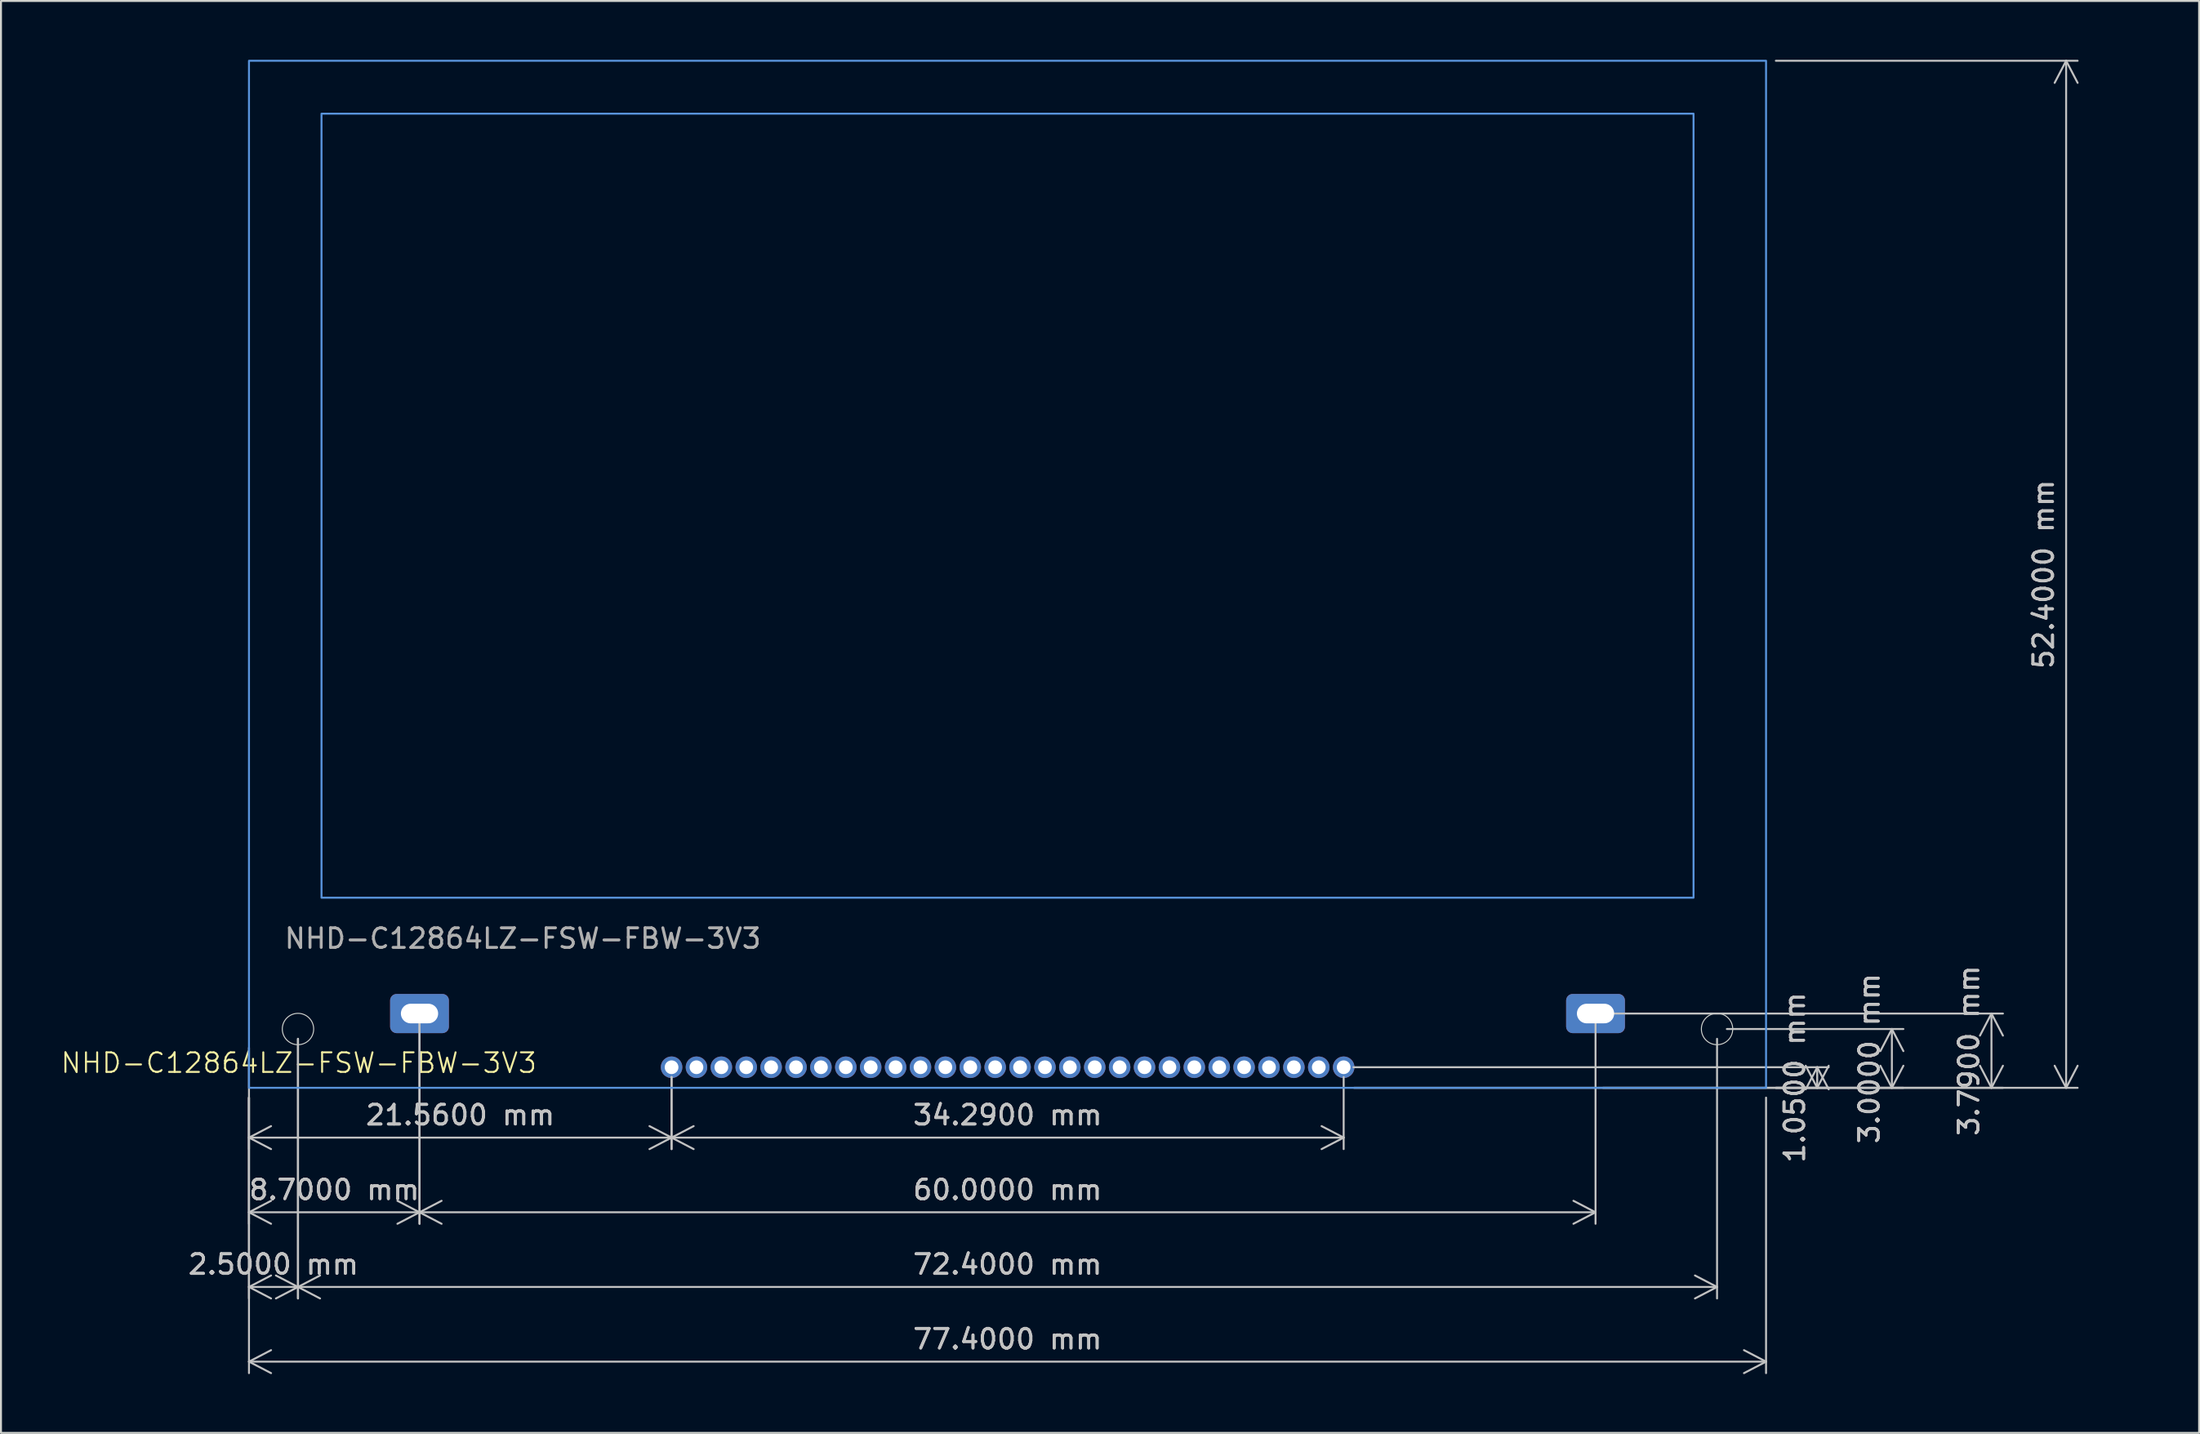
<source format=kicad_pcb>
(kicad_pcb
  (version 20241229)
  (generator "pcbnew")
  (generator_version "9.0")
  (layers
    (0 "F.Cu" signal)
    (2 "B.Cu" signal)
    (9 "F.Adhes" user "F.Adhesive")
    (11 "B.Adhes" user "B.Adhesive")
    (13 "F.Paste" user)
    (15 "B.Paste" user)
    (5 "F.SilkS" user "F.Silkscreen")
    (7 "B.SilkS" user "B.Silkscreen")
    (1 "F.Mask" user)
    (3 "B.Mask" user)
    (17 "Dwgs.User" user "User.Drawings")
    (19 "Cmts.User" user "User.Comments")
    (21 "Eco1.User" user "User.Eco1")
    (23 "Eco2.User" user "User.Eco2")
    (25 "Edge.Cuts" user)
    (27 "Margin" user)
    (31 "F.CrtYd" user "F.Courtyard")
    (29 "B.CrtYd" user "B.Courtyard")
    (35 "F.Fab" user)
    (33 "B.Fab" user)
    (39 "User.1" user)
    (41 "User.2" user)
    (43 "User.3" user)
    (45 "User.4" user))
  (footprint "NHD-C12864LZ-FSW-FBW-3V3"
    (layer "F.Cu")
    (at 9.653 52.45)
    (property "Reference" "NHD-C12864LZ-FSW-FBW-3V3" (at 2.54 -1.27 0) (unlocked yes) (layer "F.SilkS") (effects (font (size 1 1) (thickness 0.1))))
    (attr through_hole)
    (fp_rect (start 0 0) (end 77.4 -52.4) (stroke (width 0.1) (type default)) (fill no) (layer "Cmts.User"))
    (fp_rect (start 3.7 -9.7) (end 73.7 -49.7) (stroke (width 0.1) (type default)) (fill no) (layer "Cmts.User"))
    (fp_circle (center 2.5 -3) (end 3.3 -3) (stroke (width 0.05) (type default)) (fill no) (layer "Edge.Cuts"))
    (fp_circle (center 74.9 -3) (end 75.7 -3) (stroke (width 0.05) (type default)) (fill no) (layer "Edge.Cuts"))
    (fp_text user "${REFERENCE}" (at 13.97 -7.62 0) (unlocked yes) (layer "F.Fab") (effects (font (size 1 1) (thickness 0.15))))
    (dimension (type orthogonal) (layer "Dwgs.User") (pts (xy 84.553 49.45) (xy 87.053 52.45)) (height 8.92) (orientation 1) (format (prefix "") (suffix "") (units 3) (units_format 1) (precision 4)) (style (thickness 0.1) (arrow_length 1.27) (text_position_mode 0) (arrow_direction outward) (extension_height 0.586) (extension_offset 0.5) (keep_text_aligned yes)) (gr_text "3.0000 mm" (at 92.323 50.95 90) (layer "Dwgs.User") (effects (font (size 1 1) (thickness 0.15)))))
    (dimension (type orthogonal) (layer "Dwgs.User") (pts (xy 12.153 49.45) (xy 9.653 49.91)) (height 13.16) (orientation 0) (format (prefix "") (suffix "") (units 3) (units_format 1) (precision 4)) (style (thickness 0.1) (arrow_length 1.27) (text_position_mode 0) (arrow_direction outward) (extension_height 0.586) (extension_offset 0.5) (keep_text_aligned yes)) (gr_text "2.5000 mm" (at 10.903 61.46 0) (layer "Dwgs.User") (effects (font (size 1 1) (thickness 0.15)))))
    (dimension (type orthogonal) (layer "Dwgs.User") (pts (xy 87.053 52.45) (xy 87.053 0.05)) (height 15.31) (orientation 1) (format (prefix "") (suffix "") (units 3) (units_format 1) (precision 4)) (style (thickness 0.1) (arrow_length 1.27) (text_position_mode 0) (arrow_direction outward) (extension_height 0.586) (extension_offset 0.5) (keep_text_aligned yes)) (gr_text "52.4000 mm" (at 101.213 26.25 90) (layer "Dwgs.User") (effects (font (size 1 1) (thickness 0.15)))))
    (dimension (type orthogonal) (layer "Dwgs.User") (pts (xy 9.653 52.45) (xy 18.353 48.66)) (height 6.35) (orientation 0) (format (prefix "") (suffix "") (units 3) (units_format 1) (precision 4)) (style (thickness 0.1) (arrow_length 1.27) (text_position_mode 0) (arrow_direction outward) (extension_height 0.586) (extension_offset 0.5) (keep_text_aligned yes)) (gr_text "8.7000 mm" (at 14.003 57.65 0) (layer "Dwgs.User") (effects (font (size 1 1) (thickness 0.15)))))
    (dimension (type orthogonal) (layer "Dwgs.User") (pts (xy 9.653 52.45) (xy 87.053 52.45)) (height 13.97) (orientation 0) (format (prefix "") (suffix "") (units 3) (units_format 1) (precision 4)) (style (thickness 0.1) (arrow_length 1.27) (text_position_mode 0) (arrow_direction outward) (extension_height 0.586) (extension_offset 0.5) (keep_text_aligned yes)) (gr_text "77.4000 mm" (at 48.353 65.27 0) (layer "Dwgs.User") (effects (font (size 1 1) (thickness 0.15)))))
    (dimension (type orthogonal) (layer "Dwgs.User") (pts (xy 9.653 52.45) (xy 31.213 51.4)) (height 2.54) (orientation 0) (format (prefix "") (suffix "") (units 3) (units_format 1) (precision 4)) (style (thickness 0.1) (arrow_length 1.27) (text_position_mode 0) (arrow_direction outward) (extension_height 0.586) (extension_offset 0.5) (keep_text_aligned yes)) (gr_text "21.5600 mm" (at 20.433 53.84 0) (layer "Dwgs.User") (effects (font (size 1 1) (thickness 0.15)))))
    (dimension (type orthogonal) (layer "Dwgs.User") (pts (xy 31.213 51.4) (xy 65.503 51.4)) (height 3.59) (orientation 0) (format (prefix "") (suffix "") (units 3) (units_format 1) (precision 4)) (style (thickness 0.1) (arrow_length 1.27) (text_position_mode 0) (arrow_direction outward) (extension_height 0.586) (extension_offset 0.5) (keep_text_aligned yes)) (gr_text "34.2900 mm" (at 48.358 53.84 0) (layer "Dwgs.User") (effects (font (size 1 1) (thickness 0.15)))))
    (dimension (type orthogonal) (layer "Dwgs.User") (pts (xy 18.353 48.66) (xy 78.353 48.66)) (height 10.14) (orientation 0) (format (prefix "") (suffix "") (units 3) (units_format 1) (precision 4)) (style (thickness 0.1) (arrow_length 1.27) (text_position_mode 0) (arrow_direction outward) (extension_height 0.586) (extension_offset 0.5) (keep_text_aligned yes)) (gr_text "60.0000 mm" (at 48.353 57.65 0) (layer "Dwgs.User") (effects (font (size 1 1) (thickness 0.15)))))
    (dimension (type orthogonal) (layer "Dwgs.User") (pts (xy 78.353 48.66) (xy 78.233 52.45)) (height 20.2) (orientation 1) (format (prefix "") (suffix "") (units 3) (units_format 1) (precision 4)) (style (thickness 0.1) (arrow_length 1.27) (text_position_mode 0) (arrow_direction outward) (extension_height 0.586) (extension_offset 0.5) (keep_text_aligned yes)) (gr_text "3.7900 mm" (at 97.403 50.555 90) (layer "Dwgs.User") (effects (font (size 1 1) (thickness 0.15)))))
    (dimension (type orthogonal) (layer "Dwgs.User") (pts (xy 12.153 49.45) (xy 84.553 49.45)) (height 13.16) (orientation 0) (format (prefix "") (suffix "") (units 3) (units_format 1) (precision 4)) (style (thickness 0.1) (arrow_length 1.27) (text_position_mode 0) (arrow_direction outward) (extension_height 0.586) (extension_offset 0.5) (keep_text_aligned yes)) (gr_text "72.4000 mm" (at 48.353 61.46 0) (layer "Dwgs.User") (effects (font (size 1 1) (thickness 0.15)))))
    (dimension (type orthogonal) (layer "Dwgs.User") (pts (xy 65.503 51.4) (xy 65.533 52.45)) (height 24.16) (orientation 1) (format (prefix "") (suffix "") (units 3) (units_format 1) (precision 4)) (style (thickness 0.1) (arrow_length 1.27) (text_position_mode 0) (arrow_direction outward) (extension_height 0.586) (extension_offset 0.5) (keep_text_aligned yes)) (gr_text "1.0500 mm" (at 88.513 51.925 90) (layer "Dwgs.User") (effects (font (size 1 1) (thickness 0.15)))))
    (pad "1" thru_hole circle (at 55.85 -1.05) (size 1.1 1.1) (drill 0.7) (layers "*.Cu" "*.Mask"))
    (pad "2" thru_hole circle (at 54.58 -1.05) (size 1.1 1.1) (drill 0.7) (layers "*.Cu" "*.Mask"))
    (pad "3" thru_hole circle (at 53.31 -1.05) (size 1.1 1.1) (drill 0.7) (layers "*.Cu" "*.Mask"))
    (pad "4" thru_hole circle (at 52.04 -1.05) (size 1.1 1.1) (drill 0.7) (layers "*.Cu" "*.Mask"))
    (pad "5" thru_hole circle (at 50.77 -1.05) (size 1.1 1.1) (drill 0.7) (layers "*.Cu" "*.Mask"))
    (pad "6" thru_hole circle (at 49.5 -1.05) (size 1.1 1.1) (drill 0.7) (layers "*.Cu" "*.Mask"))
    (pad "7" thru_hole circle (at 48.23 -1.05) (size 1.1 1.1) (drill 0.7) (layers "*.Cu" "*.Mask"))
    (pad "8" thru_hole circle (at 46.96 -1.05) (size 1.1 1.1) (drill 0.7) (layers "*.Cu" "*.Mask"))
    (pad "9" thru_hole circle (at 45.69 -1.05) (size 1.1 1.1) (drill 0.7) (layers "*.Cu" "*.Mask"))
    (pad "10" thru_hole circle (at 44.42 -1.05) (size 1.1 1.1) (drill 0.7) (layers "*.Cu" "*.Mask"))
    (pad "11" thru_hole circle (at 43.15 -1.05) (size 1.1 1.1) (drill 0.7) (layers "*.Cu" "*.Mask"))
    (pad "12" thru_hole circle (at 41.88 -1.05) (size 1.1 1.1) (drill 0.7) (layers "*.Cu" "*.Mask"))
    (pad "13" thru_hole circle (at 40.61 -1.05) (size 1.1 1.1) (drill 0.7) (layers "*.Cu" "*.Mask"))
    (pad "14" thru_hole circle (at 39.34 -1.05) (size 1.1 1.1) (drill 0.7) (layers "*.Cu" "*.Mask"))
    (pad "15" thru_hole circle (at 38.07 -1.05) (size 1.1 1.1) (drill 0.7) (layers "*.Cu" "*.Mask"))
    (pad "16" thru_hole circle (at 36.8 -1.05) (size 1.1 1.1) (drill 0.7) (layers "*.Cu" "*.Mask"))
    (pad "17" thru_hole circle (at 35.53 -1.05) (size 1.1 1.1) (drill 0.7) (layers "*.Cu" "*.Mask"))
    (pad "18" thru_hole circle (at 34.26 -1.05) (size 1.1 1.1) (drill 0.7) (layers "*.Cu" "*.Mask"))
    (pad "19" thru_hole circle (at 32.99 -1.05) (size 1.1 1.1) (drill 0.7) (layers "*.Cu" "*.Mask"))
    (pad "20" thru_hole circle (at 31.72 -1.05) (size 1.1 1.1) (drill 0.7) (layers "*.Cu" "*.Mask"))
    (pad "21" thru_hole circle (at 30.45 -1.05) (size 1.1 1.1) (drill 0.7) (layers "*.Cu" "*.Mask"))
    (pad "22" thru_hole circle (at 29.18 -1.05) (size 1.1 1.1) (drill 0.7) (layers "*.Cu" "*.Mask"))
    (pad "23" thru_hole circle (at 27.91 -1.05) (size 1.1 1.1) (drill 0.7) (layers "*.Cu" "*.Mask"))
    (pad "24" thru_hole circle (at 26.64 -1.05) (size 1.1 1.1) (drill 0.7) (layers "*.Cu" "*.Mask"))
    (pad "25" thru_hole circle (at 25.37 -1.05) (size 1.1 1.1) (drill 0.7) (layers "*.Cu" "*.Mask"))
    (pad "26" thru_hole circle (at 24.1 -1.05) (size 1.1 1.1) (drill 0.7) (layers "*.Cu" "*.Mask"))
    (pad "27" thru_hole circle (at 22.83 -1.05) (size 1.1 1.1) (drill 0.7) (layers "*.Cu" "*.Mask"))
    (pad "28" thru_hole circle (at 21.56 -1.05) (size 1.1 1.1) (drill 0.7) (layers "*.Cu" "*.Mask"))
    (pad "A" thru_hole roundrect (at 8.7 -3.79) (size 3 2) (drill oval 1.9 1) (layers "*.Cu" "*.Mask") (roundrect_rratio 0.164))
    (pad "K" thru_hole roundrect (at 68.7 -3.79) (size 3 2) (drill oval 1.9 1) (layers "*.Cu" "*.Mask") (roundrect_rratio 0.164)))
  (gr_rect
    (start -3 -3)
    (end 109.147 70.056)
    (stroke (width 0.1) (type default))
    (fill no)
    (layer "Edge.Cuts")))
</source>
